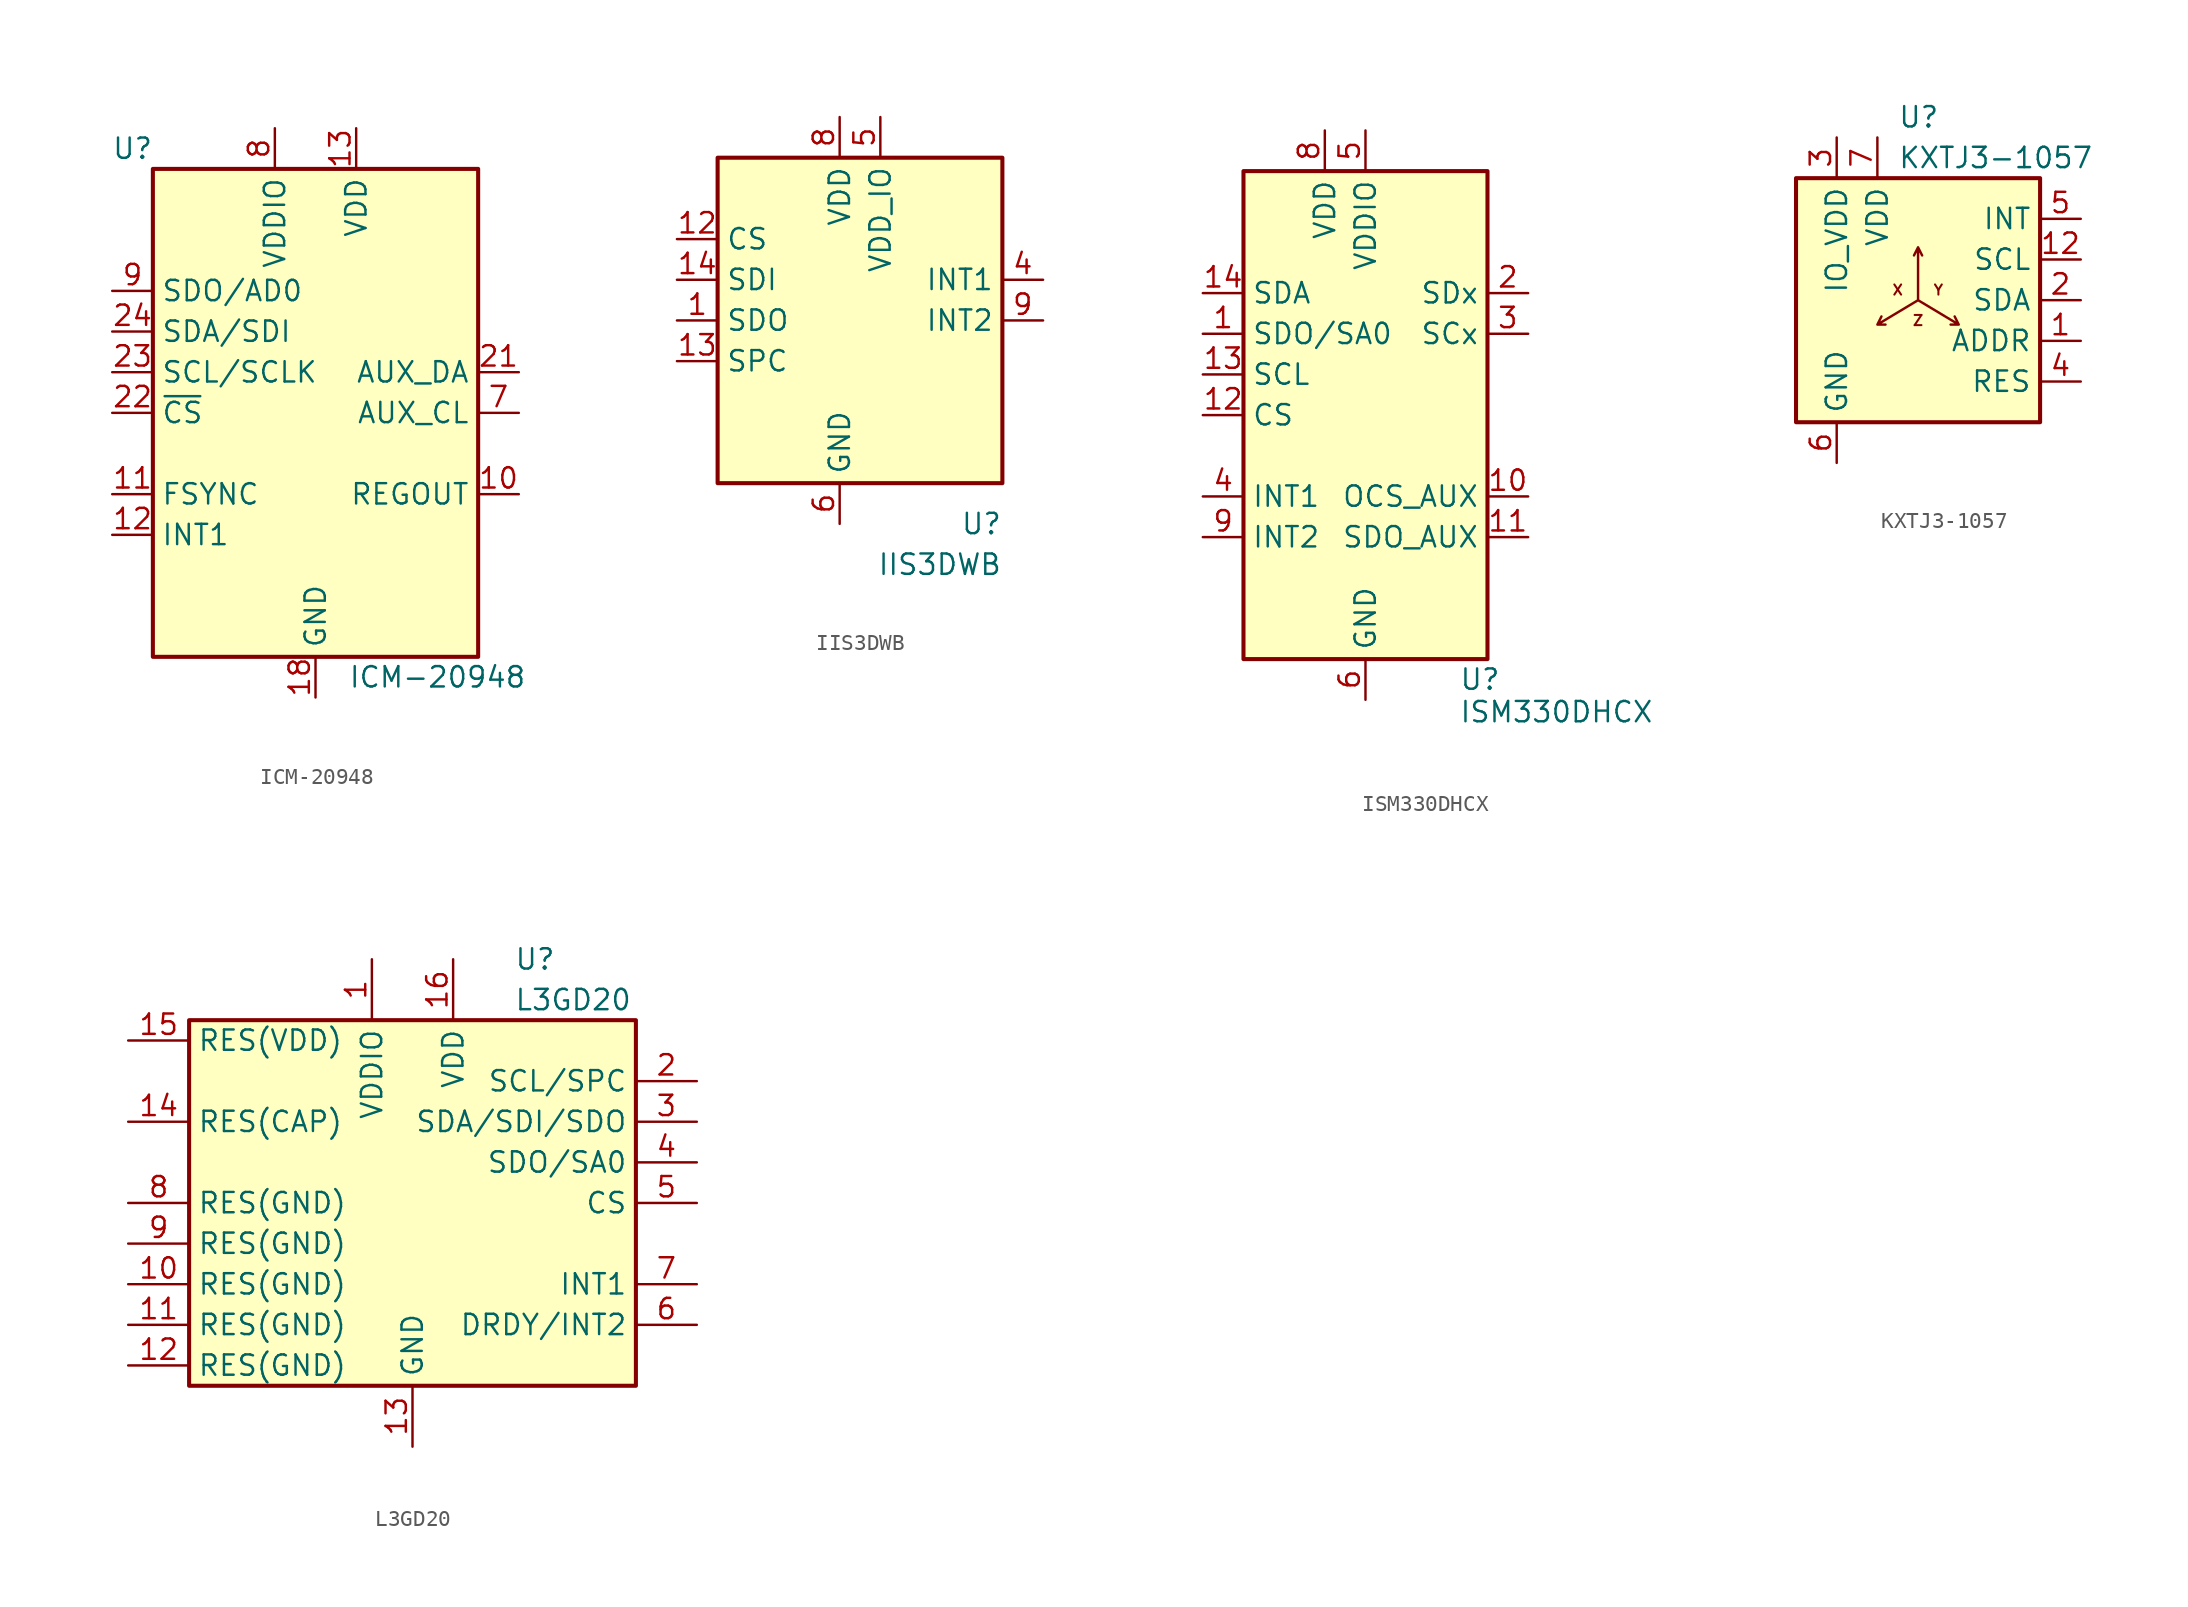
<source format=kicad_sym>
(kicad_symbol_lib
  (version 20241209)
  (generator "kicad_symbol_editor")
  (generator_version "9.0")
  (symbol "ICM-20948"
    (property "Reference" "U"
      (at -11.43 16.51 0)
      (effects (font (size 1.27 1.27))))
    (property "Value" "ICM-20948"
      (at 7.62 -16.51 0)
      (effects (font (size 1.27 1.27))))
    (symbol "ICM-20948_0_1"
      (rectangle (start -10.16 15.24) (end 10.16 -15.24) (stroke (width 0.254) (type default)) (fill (type background))))
    (symbol "ICM-20948_1_1"
      (pin bidirectional line (at -12.7 7.62 0) (length 2.54) (name "SDO/AD0" (effects (font (size 1.27 1.27)))) (number "9" (effects (font (size 1.27 1.27)))))
      (pin bidirectional line (at -12.7 5.08 0) (length 2.54) (name "SDA/SDI" (effects (font (size 1.27 1.27)))) (number "24" (effects (font (size 1.27 1.27)))))
      (pin input line (at -12.7 2.54 0) (length 2.54) (name "SCL/SCLK" (effects (font (size 1.27 1.27)))) (number "23" (effects (font (size 1.27 1.27)))))
      (pin input line (at -12.7 0 0) (length 2.54) (name "~{CS}" (effects (font (size 1.27 1.27)))) (number "22" (effects (font (size 1.27 1.27)))))
      (pin input line (at -12.7 -5.08 0) (length 2.54) (name "FSYNC" (effects (font (size 1.27 1.27)))) (number "11" (effects (font (size 1.27 1.27)))))
      (pin output line (at -12.7 -7.62 0) (length 2.54) (name "INT1" (effects (font (size 1.27 1.27)))) (number "12" (effects (font (size 1.27 1.27)))))
      (pin no_connect line (at -10.16 12.7 0) (length 2.54) (hide yes) (name "NC" (effects (font (size 1.27 1.27)))) (number "1" (effects (font (size 1.27 1.27)))))
      (pin no_connect line (at -10.16 10.16 0) (length 2.54) (hide yes) (name "NC" (effects (font (size 1.27 1.27)))) (number "2" (effects (font (size 1.27 1.27)))))
      (pin no_connect line (at -10.16 -2.54 0) (length 2.54) (hide yes) (name "NC" (effects (font (size 1.27 1.27)))) (number "3" (effects (font (size 1.27 1.27)))))
      (pin no_connect line (at -10.16 -10.16 0) (length 2.54) (hide yes) (name "NC" (effects (font (size 1.27 1.27)))) (number "4" (effects (font (size 1.27 1.27)))))
      (pin no_connect line (at -10.16 -12.7 0) (length 2.54) (hide yes) (name "NC" (effects (font (size 1.27 1.27)))) (number "5" (effects (font (size 1.27 1.27)))))
      (pin power_in line (at -2.54 17.78 270) (length 2.54) (name "VDDIO" (effects (font (size 1.27 1.27)))) (number "8" (effects (font (size 1.27 1.27)))))
      (pin power_in line (at 0 -17.78 90) (length 2.54) (name "GND" (effects (font (size 1.27 1.27)))) (number "18" (effects (font (size 1.27 1.27)))))
      (pin passive line (at 0 -17.78 90) (length 2.54) (hide yes) (name "GND" (effects (font (size 1.27 1.27)))) (number "20" (effects (font (size 1.27 1.27)))))
      (pin power_in line (at 2.54 17.78 270) (length 2.54) (name "VDD" (effects (font (size 1.27 1.27)))) (number "13" (effects (font (size 1.27 1.27)))))
      (pin no_connect line (at 10.16 10.16 180) (length 2.54) (hide yes) (name "NC" (effects (font (size 1.27 1.27)))) (number "6" (effects (font (size 1.27 1.27)))))
      (pin no_connect line (at 10.16 7.62 180) (length 2.54) (hide yes) (name "NC" (effects (font (size 1.27 1.27)))) (number "14" (effects (font (size 1.27 1.27)))))
      (pin no_connect line (at 10.16 5.08 180) (length 2.54) (hide yes) (name "NC" (effects (font (size 1.27 1.27)))) (number "15" (effects (font (size 1.27 1.27)))))
      (pin no_connect line (at 10.16 -7.62 180) (length 2.54) (hide yes) (name "NC" (effects (font (size 1.27 1.27)))) (number "16" (effects (font (size 1.27 1.27)))))
      (pin no_connect line (at 10.16 -10.16 180) (length 2.54) (hide yes) (name "NC" (effects (font (size 1.27 1.27)))) (number "17" (effects (font (size 1.27 1.27)))))
      (pin no_connect line (at 10.16 -12.7 180) (length 2.54) (hide yes) (name "RESV" (effects (font (size 1.27 1.27)))) (number "19" (effects (font (size 1.27 1.27)))))
      (pin bidirectional line (at 12.7 2.54 180) (length 2.54) (name "AUX_DA" (effects (font (size 1.27 1.27)))) (number "21" (effects (font (size 1.27 1.27)))))
      (pin output line (at 12.7 0 180) (length 2.54) (name "AUX_CL" (effects (font (size 1.27 1.27)))) (number "7" (effects (font (size 1.27 1.27)))))
      (pin passive line (at 12.7 -5.08 180) (length 2.54) (name "REGOUT" (effects (font (size 1.27 1.27)))) (number "10" (effects (font (size 1.27 1.27)))))))
  (symbol "IIS3DWB"
    (property "Reference" "U"
      (at 10.16 -12.7 0)
      (effects (font (size 1.27 1.27)) (justify right)))
    (property "Value" "IIS3DWB"
      (at 10.16 -15.24 0)
      (effects (font (size 1.27 1.27)) (justify right)))
    (symbol "IIS3DWB_0_1"
      (rectangle (start -7.62 10.16) (end 10.16 -10.16) (stroke (width 0.254) (type default)) (fill (type background))))
    (symbol "IIS3DWB_1_1"
      (pin input line (at -10.16 5.08 0) (length 2.54) (name "CS" (effects (font (size 1.27 1.27)))) (number "12" (effects (font (size 1.27 1.27)))))
      (pin input line (at -10.16 2.54 0) (length 2.54) (name "SDI" (effects (font (size 1.27 1.27)))) (number "14" (effects (font (size 1.27 1.27)))) (alternate "SDA" bidirectional line) (alternate "SDO" output line))
      (pin output line (at -10.16 0 0) (length 2.54) (name "SDO" (effects (font (size 1.27 1.27)))) (number "1" (effects (font (size 1.27 1.27)))) (alternate "SA0" input line))
      (pin input line (at -10.16 -2.54 0) (length 2.54) (name "SPC" (effects (font (size 1.27 1.27)))) (number "13" (effects (font (size 1.27 1.27)))) (alternate "SCL" input line))
      (pin power_in line (at 0 12.7 270) (length 2.54) (name "VDD" (effects (font (size 1.27 1.27)))) (number "8" (effects (font (size 1.27 1.27)))))
      (pin passive line (at 0 -12.7 90) (length 2.54) (hide yes) (name "GND" (effects (font (size 1.27 1.27)))) (number "2" (effects (font (size 1.27 1.27)))))
      (pin passive line (at 0 -12.7 90) (length 2.54) (hide yes) (name "GND" (effects (font (size 1.27 1.27)))) (number "3" (effects (font (size 1.27 1.27)))))
      (pin power_in line (at 0 -12.7 90) (length 2.54) (name "GND" (effects (font (size 1.27 1.27)))) (number "6" (effects (font (size 1.27 1.27)))))
      (pin passive line (at 0 -12.7 90) (length 2.54) (hide yes) (name "GND" (effects (font (size 1.27 1.27)))) (number "7" (effects (font (size 1.27 1.27)))))
      (pin power_in line (at 2.54 12.7 270) (length 2.54) (name "VDD_IO" (effects (font (size 1.27 1.27)))) (number "5" (effects (font (size 1.27 1.27)))))
      (pin no_connect line (at 10.16 -5.08 180) (length 2.54) (hide yes) (name "RES" (effects (font (size 1.27 1.27)))) (number "10" (effects (font (size 1.27 1.27)))))
      (pin no_connect line (at 10.16 -7.62 180) (length 2.54) (hide yes) (name "RES" (effects (font (size 1.27 1.27)))) (number "11" (effects (font (size 1.27 1.27)))))
      (pin output line (at 12.7 2.54 180) (length 2.54) (name "INT1" (effects (font (size 1.27 1.27)))) (number "4" (effects (font (size 1.27 1.27)))))
      (pin output line (at 12.7 0 180) (length 2.54) (name "INT2" (effects (font (size 1.27 1.27)))) (number "9" (effects (font (size 1.27 1.27)))))))
  (symbol "ISM330DHCX"
    (property "Reference" "U"
      (at 5.842 -16.51 0)
      (effects (font (size 1.27 1.27)) (justify left)))
    (property "Value" "ISM330DHCX"
      (at 5.842 -18.542 0)
      (effects (font (size 1.27 1.27)) (justify left)))
    (symbol "ISM330DHCX_0_1"
      (rectangle (start -7.62 15.24) (end 7.62 -15.24) (stroke (width 0.254) (type default)) (fill (type background))))
    (symbol "ISM330DHCX_1_1"
      (pin bidirectional line (at -10.16 7.62 0) (length 2.54) (name "SDA" (effects (font (size 1.27 1.27)))) (number "14" (effects (font (size 1.27 1.27)))))
      (pin output line (at -10.16 5.08 0) (length 2.54) (name "SDO/SA0" (effects (font (size 1.27 1.27)))) (number "1" (effects (font (size 1.27 1.27)))))
      (pin input line (at -10.16 2.54 0) (length 2.54) (name "SCL" (effects (font (size 1.27 1.27)))) (number "13" (effects (font (size 1.27 1.27)))))
      (pin input line (at -10.16 0 0) (length 2.54) (name "CS" (effects (font (size 1.27 1.27)))) (number "12" (effects (font (size 1.27 1.27)))))
      (pin output line (at -10.16 -5.08 0) (length 2.54) (name "INT1" (effects (font (size 1.27 1.27)))) (number "4" (effects (font (size 1.27 1.27)))))
      (pin output line (at -10.16 -7.62 0) (length 2.54) (name "INT2" (effects (font (size 1.27 1.27)))) (number "9" (effects (font (size 1.27 1.27)))))
      (pin power_in line (at -2.54 17.78 270) (length 2.54) (name "VDD" (effects (font (size 1.27 1.27)))) (number "8" (effects (font (size 1.27 1.27)))))
      (pin power_in line (at 0 17.78 270) (length 2.54) (name "VDDIO" (effects (font (size 1.27 1.27)))) (number "5" (effects (font (size 1.27 1.27)))))
      (pin power_in line (at 0 -17.78 90) (length 2.54) (name "GND" (effects (font (size 1.27 1.27)))) (number "6" (effects (font (size 1.27 1.27)))))
      (pin passive line (at 0 -17.78 90) (length 2.54) (hide yes) (name "GND" (effects (font (size 1.27 1.27)))) (number "7" (effects (font (size 1.27 1.27)))))
      (pin bidirectional line (at 10.16 7.62 180) (length 2.54) (name "SDx" (effects (font (size 1.27 1.27)))) (number "2" (effects (font (size 1.27 1.27)))))
      (pin input line (at 10.16 5.08 180) (length 2.54) (name "SCx" (effects (font (size 1.27 1.27)))) (number "3" (effects (font (size 1.27 1.27)))))
      (pin passive line (at 10.16 -5.08 180) (length 2.54) (name "OCS_AUX" (effects (font (size 1.27 1.27)))) (number "10" (effects (font (size 1.27 1.27)))))
      (pin passive line (at 10.16 -7.62 180) (length 2.54) (name "SDO_AUX" (effects (font (size 1.27 1.27)))) (number "11" (effects (font (size 1.27 1.27)))))))
  (symbol "KXTJ3-1057"
    (property "Reference" "U"
      (at -1.27 11.43 0)
      (effects (font (size 1.27 1.27)) (justify left)))
    (property "Value" "KXTJ3-1057"
      (at -1.27 8.89 0)
      (effects (font (size 1.27 1.27)) (justify left)))
    (symbol "KXTJ3-1057_0_0"
      (text "X" (at -1.27 0.635 0) (effects (font (size 0.635 0.635) (bold yes))))
      (text "Z" (at 0 -1.27 0) (effects (font (size 0.635 0.635) (bold yes))))
      (text "Y" (at 1.27 0.635 0) (effects (font (size 0.635 0.635) (bold yes)))))
    (symbol "KXTJ3-1057_0_1"
      (rectangle (start -7.62 7.62) (end 7.62 -7.62) (stroke (width 0.254) (type default)) (fill (type background)))
      (polyline (pts (xy 0 0) (xy 0 3.302) (xy 0.254 2.794) (xy 0 3.302) (xy -0.254 2.794) (xy 0 3.302) (xy 0 0) (xy 2.54 -1.524) (xy 2.286 -1.016) (xy 2.54 -1.524) (xy 2.032 -1.524) (xy 2.54 -1.524) (xy 0 0) (xy -2.54 -1.524) (xy -2.286 -1.016) (xy -2.54 -1.524) (xy -2.032 -1.524)) (stroke (width 0) (type default)) (fill (type none))))
    (symbol "KXTJ3-1057_1_1"
      (pin passive line (at -5.08 10.16 270) (length 2.54) (hide yes) (name "IO_VDD" (effects (font (size 1.27 1.27)))) (number "11" (effects (font (size 1.27 1.27)))))
      (pin power_in line (at -5.08 10.16 270) (length 2.54) (name "IO_VDD" (effects (font (size 1.27 1.27)))) (number "3" (effects (font (size 1.27 1.27)))))
      (pin power_in line (at -5.08 -10.16 90) (length 2.54) (name "GND" (effects (font (size 1.27 1.27)))) (number "6" (effects (font (size 1.27 1.27)))))
      (pin passive line (at -5.08 -10.16 90) (length 2.54) (hide yes) (name "GND" (effects (font (size 1.27 1.27)))) (number "8" (effects (font (size 1.27 1.27)))))
      (pin passive line (at -5.08 -10.16 90) (length 2.54) (hide yes) (name "GND" (effects (font (size 1.27 1.27)))) (number "9" (effects (font (size 1.27 1.27)))))
      (pin passive line (at -2.54 10.16 270) (length 2.54) (hide yes) (name "VDD" (effects (font (size 1.27 1.27)))) (number "10" (effects (font (size 1.27 1.27)))))
      (pin power_in line (at -2.54 10.16 270) (length 2.54) (name "VDD" (effects (font (size 1.27 1.27)))) (number "7" (effects (font (size 1.27 1.27)))))
      (pin output line (at 10.16 5.08 180) (length 2.54) (name "INT" (effects (font (size 1.27 1.27)))) (number "5" (effects (font (size 1.27 1.27)))))
      (pin input line (at 10.16 2.54 180) (length 2.54) (name "SCL" (effects (font (size 1.27 1.27)))) (number "12" (effects (font (size 1.27 1.27)))))
      (pin bidirectional line (at 10.16 0 180) (length 2.54) (name "SDA" (effects (font (size 1.27 1.27)))) (number "2" (effects (font (size 1.27 1.27)))))
      (pin input line (at 10.16 -2.54 180) (length 2.54) (name "ADDR" (effects (font (size 1.27 1.27)))) (number "1" (effects (font (size 1.27 1.27)))))
      (pin passive line (at 10.16 -5.08 180) (length 2.54) (name "RES" (effects (font (size 1.27 1.27)))) (number "4" (effects (font (size 1.27 1.27)))))))
  (symbol "L3GD20"
    (property "Reference" "U"
      (at 6.35 15.24 0)
      (effects (font (size 1.27 1.27)) (justify left)))
    (property "Value" "L3GD20"
      (at 6.35 12.7 0)
      (effects (font (size 1.27 1.27)) (justify left)))
    (symbol "L3GD20_0_1"
      (rectangle (start -13.97 11.43) (end 13.97 -11.43) (stroke (width 0.254) (type default)) (fill (type background))))
    (symbol "L3GD20_1_1"
      (pin passive line (at -17.78 10.16 0) (length 3.81) (name "RES(VDD)" (effects (font (size 1.27 1.27)))) (number "15" (effects (font (size 1.27 1.27)))))
      (pin passive line (at -17.78 5.08 0) (length 3.81) (name "RES(CAP)" (effects (font (size 1.27 1.27)))) (number "14" (effects (font (size 1.27 1.27)))))
      (pin passive line (at -17.78 0 0) (length 3.81) (name "RES(GND)" (effects (font (size 1.27 1.27)))) (number "8" (effects (font (size 1.27 1.27)))))
      (pin passive line (at -17.78 -2.54 0) (length 3.81) (name "RES(GND)" (effects (font (size 1.27 1.27)))) (number "9" (effects (font (size 1.27 1.27)))))
      (pin passive line (at -17.78 -5.08 0) (length 3.81) (name "RES(GND)" (effects (font (size 1.27 1.27)))) (number "10" (effects (font (size 1.27 1.27)))))
      (pin passive line (at -17.78 -7.62 0) (length 3.81) (name "RES(GND)" (effects (font (size 1.27 1.27)))) (number "11" (effects (font (size 1.27 1.27)))))
      (pin passive line (at -17.78 -10.16 0) (length 3.81) (name "RES(GND)" (effects (font (size 1.27 1.27)))) (number "12" (effects (font (size 1.27 1.27)))))
      (pin power_in line (at -2.54 15.24 270) (length 3.81) (name "VDDIO" (effects (font (size 1.27 1.27)))) (number "1" (effects (font (size 1.27 1.27)))))
      (pin power_in line (at 0 -15.24 90) (length 3.81) (name "GND" (effects (font (size 1.27 1.27)))) (number "13" (effects (font (size 1.27 1.27)))))
      (pin power_in line (at 2.54 15.24 270) (length 3.81) (name "VDD" (effects (font (size 1.27 1.27)))) (number "16" (effects (font (size 1.27 1.27)))))
      (pin input line (at 17.78 7.62 180) (length 3.81) (name "SCL/SPC" (effects (font (size 1.27 1.27)))) (number "2" (effects (font (size 1.27 1.27)))))
      (pin bidirectional line (at 17.78 5.08 180) (length 3.81) (name "SDA/SDI/SDO" (effects (font (size 1.27 1.27)))) (number "3" (effects (font (size 1.27 1.27)))))
      (pin output line (at 17.78 2.54 180) (length 3.81) (name "SDO/SA0" (effects (font (size 1.27 1.27)))) (number "4" (effects (font (size 1.27 1.27)))))
      (pin input line (at 17.78 0 180) (length 3.81) (name "CS" (effects (font (size 1.27 1.27)))) (number "5" (effects (font (size 1.27 1.27)))))
      (pin output line (at 17.78 -5.08 180) (length 3.81) (name "INT1" (effects (font (size 1.27 1.27)))) (number "7" (effects (font (size 1.27 1.27)))))
      (pin output line (at 17.78 -7.62 180) (length 3.81) (name "DRDY/INT2" (effects (font (size 1.27 1.27)))) (number "6" (effects (font (size 1.27 1.27))))))))
</source>
